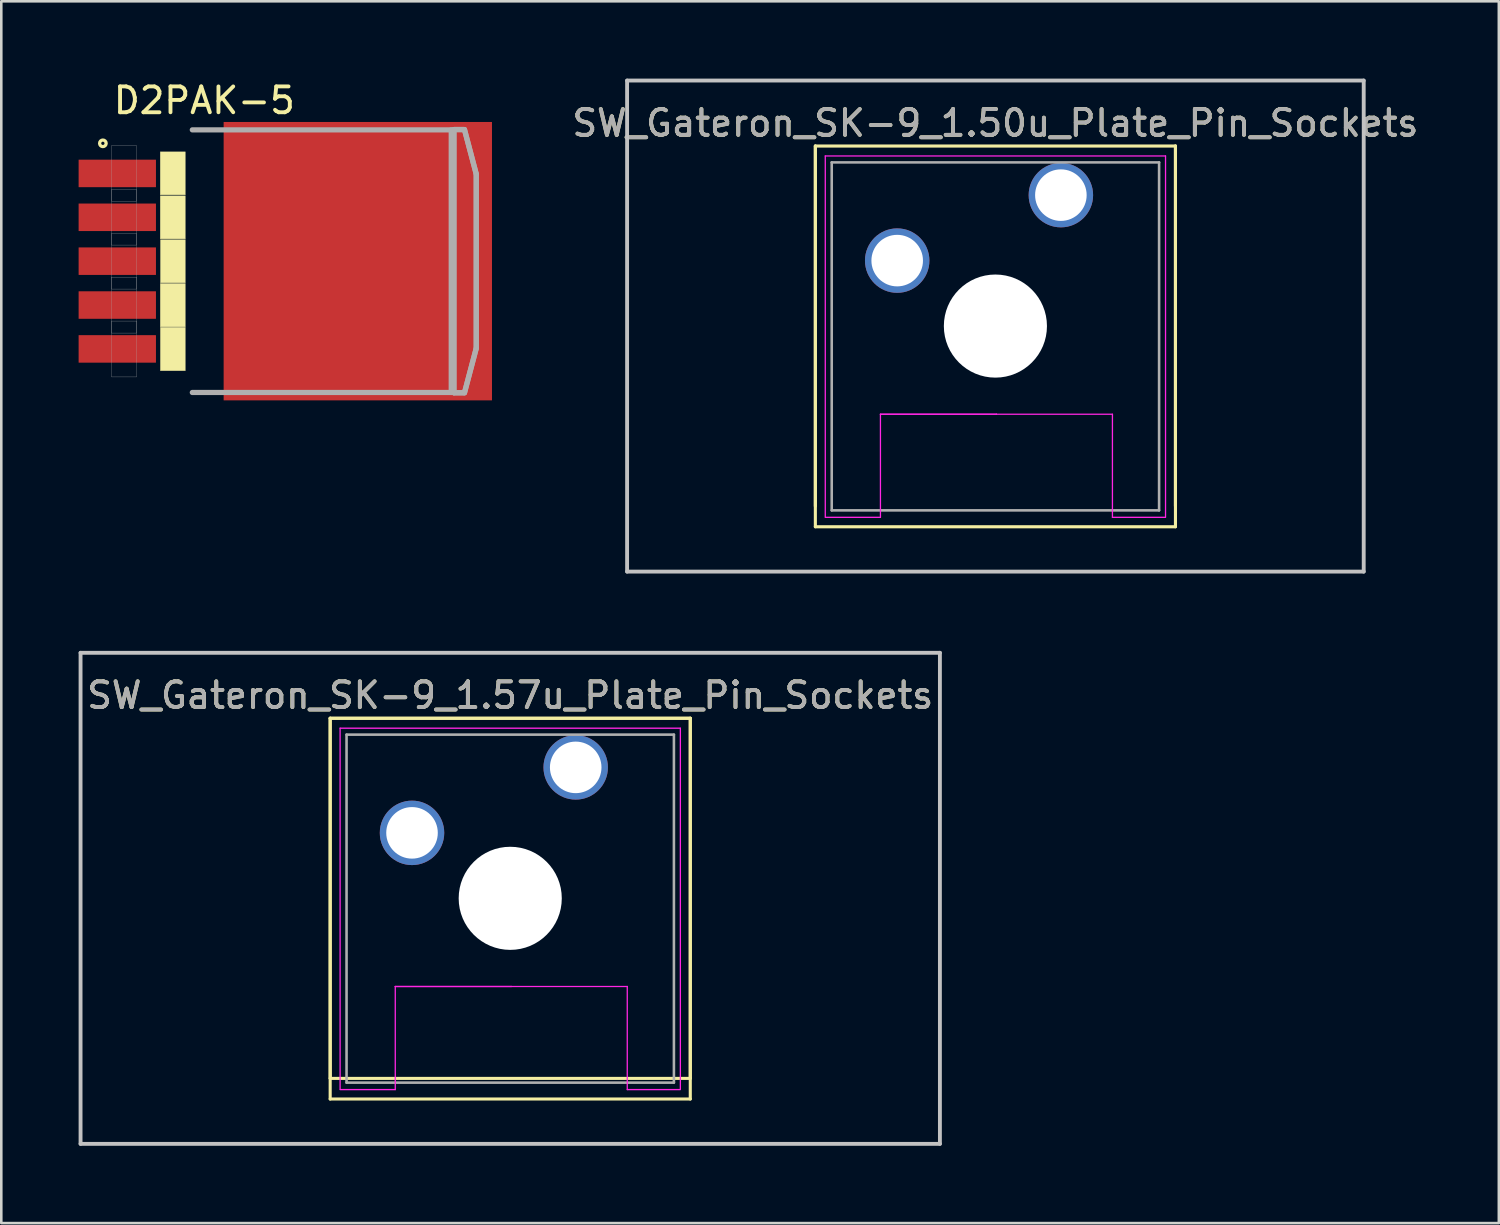
<source format=kicad_pcb>
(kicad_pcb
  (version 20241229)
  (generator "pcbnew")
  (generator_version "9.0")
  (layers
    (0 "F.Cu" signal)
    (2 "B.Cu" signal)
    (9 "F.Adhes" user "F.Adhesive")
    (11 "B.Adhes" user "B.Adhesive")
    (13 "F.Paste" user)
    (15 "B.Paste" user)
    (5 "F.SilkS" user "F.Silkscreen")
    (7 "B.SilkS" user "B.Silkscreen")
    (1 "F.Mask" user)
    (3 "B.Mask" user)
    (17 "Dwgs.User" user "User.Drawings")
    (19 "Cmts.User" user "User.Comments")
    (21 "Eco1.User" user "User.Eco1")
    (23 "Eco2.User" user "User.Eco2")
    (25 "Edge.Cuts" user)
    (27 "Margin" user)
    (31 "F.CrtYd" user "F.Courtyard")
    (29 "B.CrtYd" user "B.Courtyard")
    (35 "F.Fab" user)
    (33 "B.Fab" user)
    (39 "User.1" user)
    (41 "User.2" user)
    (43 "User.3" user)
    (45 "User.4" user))
  (footprint "SW_Gateron_SK-9_1.50u_Plate_Pin_Sockets"
    (layer "F.Cu")
    (at 38.106 4.52)
    (property "Reference" "SW_Gateron_SK-9_1.50u_Plate_Pin_Sockets" (at -2.54 -2.794 0) (layer "F.SilkS") (effects (font (size 1 1) (thickness 0.15))))
    (attr through_hole)
    (fp_line (start -9.525 -1.905) (end 4.445 -1.905) (stroke (width 0.12) (type solid)) (layer "F.SilkS"))
    (fp_line (start -9.525 12.065) (end -9.525 -1.905) (stroke (width 0.12) (type solid)) (layer "F.SilkS"))
    (fp_line (start -9.525 12.865) (end -9.525 -1.905) (stroke (width 0.12) (type solid)) (layer "F.SilkS"))
    (fp_line (start -9.525 12.865) (end 4.445 12.865) (stroke (width 0.12) (type solid)) (layer "F.SilkS"))
    (fp_line (start 4.445 -1.905) (end 4.445 12.065) (stroke (width 0.12) (type solid)) (layer "F.SilkS"))
    (fp_line (start 4.445 -1.905) (end 4.445 12.865) (stroke (width 0.12) (type solid)) (layer "F.SilkS"))
    (fp_line (start -16.828 -4.445) (end 11.748 -4.445) (stroke (width 0.15) (type solid)) (layer "Dwgs.User"))
    (fp_line (start -16.828 14.605) (end -16.828 -4.445) (stroke (width 0.15) (type solid)) (layer "Dwgs.User"))
    (fp_line (start 11.748 -4.445) (end 11.748 14.605) (stroke (width 0.15) (type solid)) (layer "Dwgs.User"))
    (fp_line (start 11.748 14.605) (end -16.828 14.605) (stroke (width 0.15) (type solid)) (layer "Dwgs.User"))
    (fp_line (start -9.14 -1.52) (end 4.06 -1.52) (stroke (width 0.05) (type solid)) (layer "F.CrtYd"))
    (fp_line (start -9.14 12.48) (end -9.14 -1.52) (stroke (width 0.05) (type solid)) (layer "F.CrtYd"))
    (fp_line (start -7 8.5) (end -7 12.5) (stroke (width 0.05) (type solid)) (layer "F.CrtYd"))
    (fp_line (start -7 8.5) (end -2.5 8.5) (stroke (width 0.05) (type solid)) (layer "F.CrtYd"))
    (fp_line (start -7 12.5) (end -9.14 12.5) (stroke (width 0.05) (type solid)) (layer "F.CrtYd"))
    (fp_line (start -2.5 8.5) (end -7 8.5) (stroke (width 0.05) (type solid)) (layer "F.CrtYd"))
    (fp_line (start -2.5 8.5) (end 2 8.5) (stroke (width 0.05) (type solid)) (layer "F.CrtYd"))
    (fp_line (start 2 8.5) (end 2 12.5) (stroke (width 0.05) (type solid)) (layer "F.CrtYd"))
    (fp_line (start 2 12.5) (end 4.06 12.5) (stroke (width 0.05) (type solid)) (layer "F.CrtYd"))
    (fp_line (start 4.06 -1.52) (end 4.06 12.48) (stroke (width 0.05) (type solid)) (layer "F.CrtYd"))
    (fp_line (start -8.89 -1.27) (end 3.81 -1.27) (stroke (width 0.1) (type solid)) (layer "F.Fab"))
    (fp_line (start -8.89 12.23) (end -8.89 -1.27) (stroke (width 0.1) (type solid)) (layer "F.Fab"))
    (fp_line (start -8.89 12.23) (end 3.81 12.23) (stroke (width 0.1) (type solid)) (layer "F.Fab"))
    (fp_line (start 3.81 -1.27) (end 3.81 12.23) (stroke (width 0.1) (type solid)) (layer "F.Fab"))
    (fp_text user "${REFERENCE}" (at -2.54 -2.794 0) (layer "F.Fab") (effects (font (size 1 1) (thickness 0.15))))
    (pad "" np_thru_hole circle (at -2.54 5.08) (size 4 4) (drill 4) (layers "*.Cu" "*.Mask"))
    (pad "1" thru_hole circle (at 0 0) (size 2.5 2.5) (drill 2) (layers "*.Cu" "*.Mask"))
    (pad "2" thru_hole circle (at -6.35 2.54) (size 2.5 2.5) (drill 2) (layers "*.Cu" "*.Mask")))
  (footprint "D2PAK-5"
    (layer "F.Cu")
    (at 6.021 7.082)
    (property "Reference" "D2PAK-5" (at -1.145 -6.233 0) (layer "F.SilkS") (effects (font (size 1.002 1.002) (thickness 0.15))))
    (attr through_hole)
    (fp_circle (center -5.08 -4.572) (end -4.953 -4.572) (stroke (width 0.127) (type solid)) (fill no) (layer "F.SilkS"))
    (fp_poly (pts (xy -2.854 -4.242) (xy -1.88 -4.242) (xy -1.88 -2.574) (xy -2.854 -2.574)) (stroke (width 0.01) (type solid)) (fill yes) (layer "F.SilkS"))
    (fp_poly (pts (xy -2.854 -2.54) (xy -1.88 -2.54) (xy -1.88 -0.866) (xy -2.854 -0.866)) (stroke (width 0.01) (type solid)) (fill yes) (layer "F.SilkS"))
    (fp_poly (pts (xy -2.853 0.864) (xy -1.88 0.864) (xy -1.88 2.548) (xy -2.853 2.548)) (stroke (width 0.01) (type solid)) (fill yes) (layer "F.SilkS"))
    (fp_poly (pts (xy -2.85 2.565) (xy -1.88 2.565) (xy -1.88 4.25) (xy -2.85 4.25)) (stroke (width 0.01) (type solid)) (fill yes) (layer "F.SilkS"))
    (fp_poly (pts (xy -2.847 -0.838) (xy -1.88 -0.838) (xy -1.88 0.839) (xy -2.847 0.839)) (stroke (width 0.01) (type solid)) (fill yes) (layer "F.SilkS"))
    (fp_line (start -1.61 -5.094) (end 8.435 -5.094) (stroke (width 0.203) (type solid)) (layer "F.Fab"))
    (fp_line (start 8.435 -5.094) (end 8.435 5.094) (stroke (width 0.203) (type solid)) (layer "F.Fab"))
    (fp_line (start 8.435 5.094) (end -1.61 5.094) (stroke (width 0.203) (type solid)) (layer "F.Fab"))
    (fp_line (start 8.537 -5.105) (end 8.948 -5.105) (stroke (width 0.203) (type solid)) (layer "F.Fab"))
    (fp_line (start 8.537 5.105) (end 8.537 -5.105) (stroke (width 0.203) (type solid)) (layer "F.Fab"))
    (fp_line (start 8.948 -5.105) (end 9.405 -3.378) (stroke (width 0.203) (type solid)) (layer "F.Fab"))
    (fp_line (start 8.948 5.105) (end 8.537 5.105) (stroke (width 0.203) (type solid)) (layer "F.Fab"))
    (fp_line (start 9.405 -3.378) (end 9.405 3.378) (stroke (width 0.203) (type solid)) (layer "F.Fab"))
    (fp_line (start 9.405 3.378) (end 8.948 5.105) (stroke (width 0.203) (type solid)) (layer "F.Fab"))
    (fp_poly (pts (xy -4.75 0.622) (xy -3.772 0.622) (xy -3.772 2.789) (xy -4.75 2.789)) (stroke (width 0.01) (type solid)) (fill no) (layer "F.Fab"))
    (fp_poly (pts (xy -4.749 -2.781) (xy -3.772 -2.781) (xy -3.772 -0.624) (xy -4.749 -0.624)) (stroke (width 0.01) (type solid)) (fill no) (layer "F.Fab"))
    (fp_poly (pts (xy -4.748 -4.483) (xy -3.772 -4.483) (xy -3.772 -2.329) (xy -4.748 -2.329)) (stroke (width 0.01) (type solid)) (fill no) (layer "F.Fab"))
    (fp_poly (pts (xy -4.745 2.324) (xy -3.772 2.324) (xy -3.772 4.491) (xy -4.745 4.491)) (stroke (width 0.01) (type solid)) (fill no) (layer "F.Fab"))
    (fp_poly (pts (xy -4.745 -1.079) (xy -3.772 -1.079) (xy -3.772 1.081) (xy -4.745 1.081)) (stroke (width 0.01) (type solid)) (fill no) (layer "F.Fab"))
    (fp_poly (pts (xy 8.537 -5.105) (xy 8.948 -5.105) (xy 9.405 -3.378) (xy 9.405 3.378) (xy 8.948 5.105) (xy 8.537 5.105)) (stroke (width 0.203) (type solid)) (fill no) (layer "F.Fab"))
    (pad "1" smd rect (at -4.521 -3.404 270) (size 1.067 3) (layers "F.Cu" "F.Mask" "F.Paste"))
    (pad "2" smd rect (at -4.521 -1.702 270) (size 1.067 3) (layers "F.Cu" "F.Mask" "F.Paste"))
    (pad "3" smd rect (at -4.521 0 270) (size 1.067 3) (layers "F.Cu" "F.Mask" "F.Paste"))
    (pad "4" smd rect (at -4.521 1.702 270) (size 1.067 3) (layers "F.Cu" "F.Mask" "F.Paste"))
    (pad "5" smd rect (at -4.521 3.404 270) (size 1.067 3) (layers "F.Cu" "F.Mask" "F.Paste"))
    (pad "6" smd rect (at 4.81 0 270) (size 10.8 10.41) (layers "F.Cu" "F.Mask" "F.Paste")))
  (footprint "SW_Gateron_SK-9_1.57u_Plate_Pin_Sockets"
    (layer "F.Cu")
    (at 19.284 26.72)
    (property "Reference" "SW_Gateron_SK-9_1.57u_Plate_Pin_Sockets" (at -2.54 -2.794 0) (layer "F.SilkS") (effects (font (size 1 1) (thickness 0.15))))
    (attr through_hole)
    (fp_line (start -9.525 -1.905) (end 4.445 -1.905) (stroke (width 0.12) (type solid)) (layer "F.SilkS"))
    (fp_line (start -9.525 -1.905) (end 4.445 -1.905) (stroke (width 0.12) (type solid)) (layer "F.SilkS"))
    (fp_line (start -9.525 12.065) (end -9.525 -1.905) (stroke (width 0.12) (type solid)) (layer "F.SilkS"))
    (fp_line (start -9.525 12.865) (end -9.525 -1.905) (stroke (width 0.12) (type solid)) (layer "F.SilkS"))
    (fp_line (start -9.525 12.865) (end 4.445 12.865) (stroke (width 0.12) (type solid)) (layer "F.SilkS"))
    (fp_line (start 4.445 -1.905) (end 4.445 12.065) (stroke (width 0.12) (type solid)) (layer "F.SilkS"))
    (fp_line (start 4.445 -1.905) (end 4.445 12.865) (stroke (width 0.12) (type solid)) (layer "F.SilkS"))
    (fp_line (start 4.445 12.065) (end -9.525 12.065) (stroke (width 0.12) (type solid)) (layer "F.SilkS"))
    (fp_line (start -19.209 -4.445) (end 14.129 -4.445) (stroke (width 0.15) (type solid)) (layer "Dwgs.User"))
    (fp_line (start -19.209 14.605) (end -19.209 -4.445) (stroke (width 0.15) (type solid)) (layer "Dwgs.User"))
    (fp_line (start 14.129 -4.445) (end 14.129 14.605) (stroke (width 0.15) (type solid)) (layer "Dwgs.User"))
    (fp_line (start 14.129 14.605) (end -19.209 14.605) (stroke (width 0.15) (type solid)) (layer "Dwgs.User"))
    (fp_line (start -9.14 -1.52) (end 4.06 -1.52) (stroke (width 0.05) (type solid)) (layer "F.CrtYd"))
    (fp_line (start -9.14 12.48) (end -9.14 -1.52) (stroke (width 0.05) (type solid)) (layer "F.CrtYd"))
    (fp_line (start -7 8.5) (end -7 12.5) (stroke (width 0.05) (type solid)) (layer "F.CrtYd"))
    (fp_line (start -7 8.5) (end -2.5 8.5) (stroke (width 0.05) (type solid)) (layer "F.CrtYd"))
    (fp_line (start -7 12.5) (end -9.14 12.5) (stroke (width 0.05) (type solid)) (layer "F.CrtYd"))
    (fp_line (start -2.5 8.5) (end -7 8.5) (stroke (width 0.05) (type solid)) (layer "F.CrtYd"))
    (fp_line (start -2.5 8.5) (end 2 8.5) (stroke (width 0.05) (type solid)) (layer "F.CrtYd"))
    (fp_line (start 2 8.5) (end 2 12.5) (stroke (width 0.05) (type solid)) (layer "F.CrtYd"))
    (fp_line (start 2 12.5) (end 4.06 12.5) (stroke (width 0.05) (type solid)) (layer "F.CrtYd"))
    (fp_line (start 4.06 -1.52) (end 4.06 12.48) (stroke (width 0.05) (type solid)) (layer "F.CrtYd"))
    (fp_line (start -8.89 -1.27) (end 3.81 -1.27) (stroke (width 0.1) (type solid)) (layer "F.Fab"))
    (fp_line (start -8.89 12.23) (end -8.89 -1.27) (stroke (width 0.1) (type solid)) (layer "F.Fab"))
    (fp_line (start -8.89 12.23) (end 3.81 12.23) (stroke (width 0.1) (type solid)) (layer "F.Fab"))
    (fp_line (start 3.81 -1.27) (end 3.81 12.23) (stroke (width 0.1) (type solid)) (layer "F.Fab"))
    (fp_text user "${REFERENCE}" (at -2.54 -2.794 0) (layer "F.Fab") (effects (font (size 1 1) (thickness 0.15))))
    (pad "" np_thru_hole circle (at -2.54 5.08) (size 4 4) (drill 4) (layers "*.Cu" "*.Mask"))
    (pad "1" thru_hole circle (at 0 0) (size 2.5 2.5) (drill 2) (layers "*.Cu" "*.Mask"))
    (pad "2" thru_hole circle (at -6.35 2.54) (size 2.5 2.5) (drill 2) (layers "*.Cu" "*.Mask")))
  (gr_rect
    (start -3 -3)
    (end 55.096 44.4)
    (stroke (width 0.1) (type default))
    (fill no)
    (layer "Edge.Cuts")))
</source>
